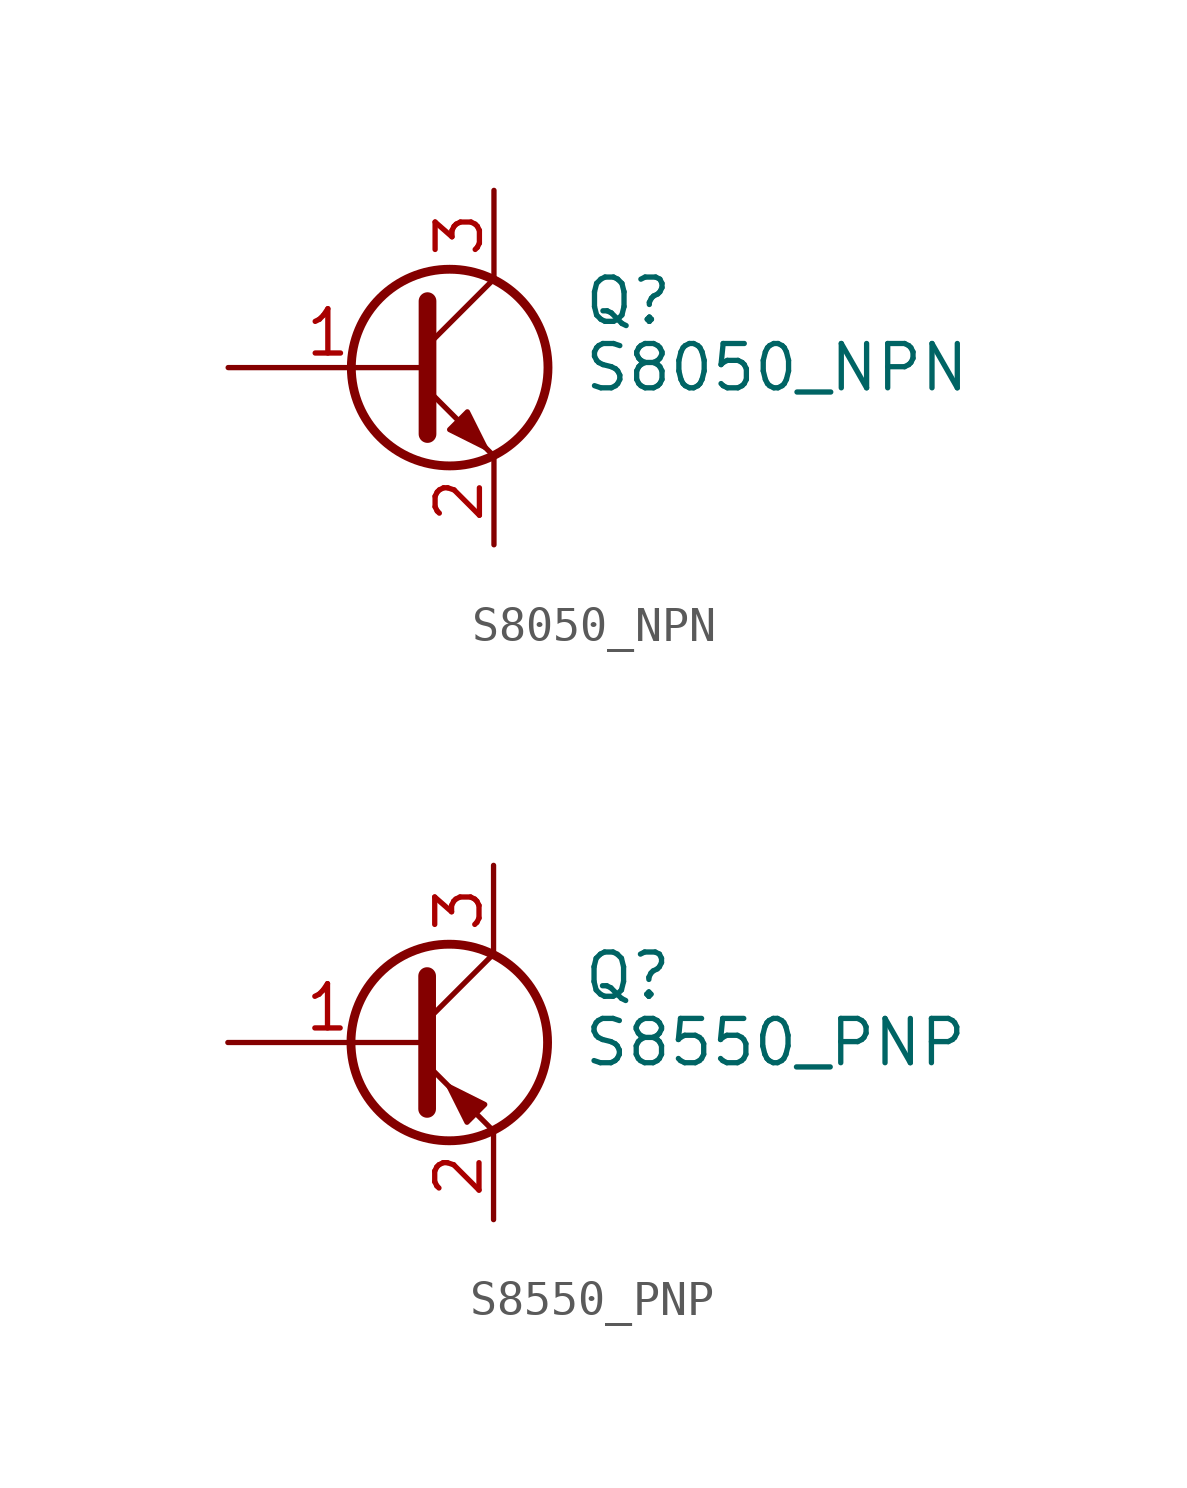
<source format=kicad_sym>
(kicad_symbol_lib
  (version 20211014)
  (generator kicad_symbol_editor)
  (symbol "S8050_NPN"
    (pin_names
      (offset 0) hide)
    (property "Reference" "Q"
      (at 5.08 1.905 0)
      (effects (font (size 1.27 1.27)) (justify left)))
    (property "Value" "S8050_NPN"
      (at 5.08 0 0)
      (effects (font (size 1.27 1.27)) (justify left)))
    (symbol "S8050_NPN_0_1"
      (polyline (pts (xy 0.635 0.635) (xy 2.54 2.54)) (stroke (width 0) (type default) (color 0 0 0 0)) (fill (type none)))
      (polyline (pts (xy 0.635 -0.635) (xy 2.54 -2.54) (xy 2.54 -2.54)) (stroke (width 0) (type default) (color 0 0 0 0)) (fill (type none)))
      (polyline (pts (xy 0.635 1.905) (xy 0.635 -1.905) (xy 0.635 -1.905)) (stroke (width 0.508) (type default) (color 0 0 0 0)) (fill (type none)))
      (polyline (pts (xy 1.27 -1.778) (xy 1.778 -1.27) (xy 2.286 -2.286) (xy 1.27 -1.778) (xy 1.27 -1.778)) (stroke (width 0) (type default) (color 0 0 0 0)) (fill (type outline)))
      (circle (center 1.27 0) (radius 2.819) (stroke (width 0.254) (type default) (color 0 0 0 0)) (fill (type none))))
    (symbol "S8050_NPN_1_1"
      (pin input line (at -5.08 0 0) (length 5.715) (name "B" (effects (font (size 1.27 1.27)))) (number "1" (effects (font (size 1.27 1.27)))))
      (pin passive line (at 2.54 -5.08 90) (length 2.54) (name "E" (effects (font (size 1.27 1.27)))) (number "2" (effects (font (size 1.27 1.27)))))
      (pin passive line (at 2.54 5.08 270) (length 2.54) (name "C" (effects (font (size 1.27 1.27)))) (number "3" (effects (font (size 1.27 1.27)))))))
  (symbol "S8550_PNP"
    (pin_names
      (offset 0) hide)
    (property "Reference" "Q"
      (at 5.08 1.905 0)
      (effects (font (size 1.27 1.27)) (justify left)))
    (property "Value" "S8550_PNP"
      (at 5.08 0 0)
      (effects (font (size 1.27 1.27)) (justify left)))
    (symbol "S8550_PNP_0_1"
      (polyline (pts (xy 0.635 0.635) (xy 2.54 2.54)) (stroke (width 0) (type default) (color 0 0 0 0)) (fill (type none)))
      (polyline (pts (xy 0.635 -0.635) (xy 2.54 -2.54) (xy 2.54 -2.54)) (stroke (width 0) (type default) (color 0 0 0 0)) (fill (type none)))
      (polyline (pts (xy 0.635 1.905) (xy 0.635 -1.905) (xy 0.635 -1.905)) (stroke (width 0.508) (type default) (color 0 0 0 0)) (fill (type none)))
      (polyline (pts (xy 2.286 -1.778) (xy 1.778 -2.286) (xy 1.27 -1.27) (xy 2.286 -1.778) (xy 2.286 -1.778)) (stroke (width 0) (type default) (color 0 0 0 0)) (fill (type outline)))
      (circle (center 1.27 0) (radius 2.819) (stroke (width 0.254) (type default) (color 0 0 0 0)) (fill (type none))))
    (symbol "S8550_PNP_1_1"
      (pin input line (at -5.08 0 0) (length 5.715) (name "B" (effects (font (size 1.27 1.27)))) (number "1" (effects (font (size 1.27 1.27)))))
      (pin passive line (at 2.54 -5.08 90) (length 2.54) (name "E" (effects (font (size 1.27 1.27)))) (number "2" (effects (font (size 1.27 1.27)))))
      (pin passive line (at 2.54 5.08 270) (length 2.54) (name "C" (effects (font (size 1.27 1.27)))) (number "3" (effects (font (size 1.27 1.27))))))))
</source>
